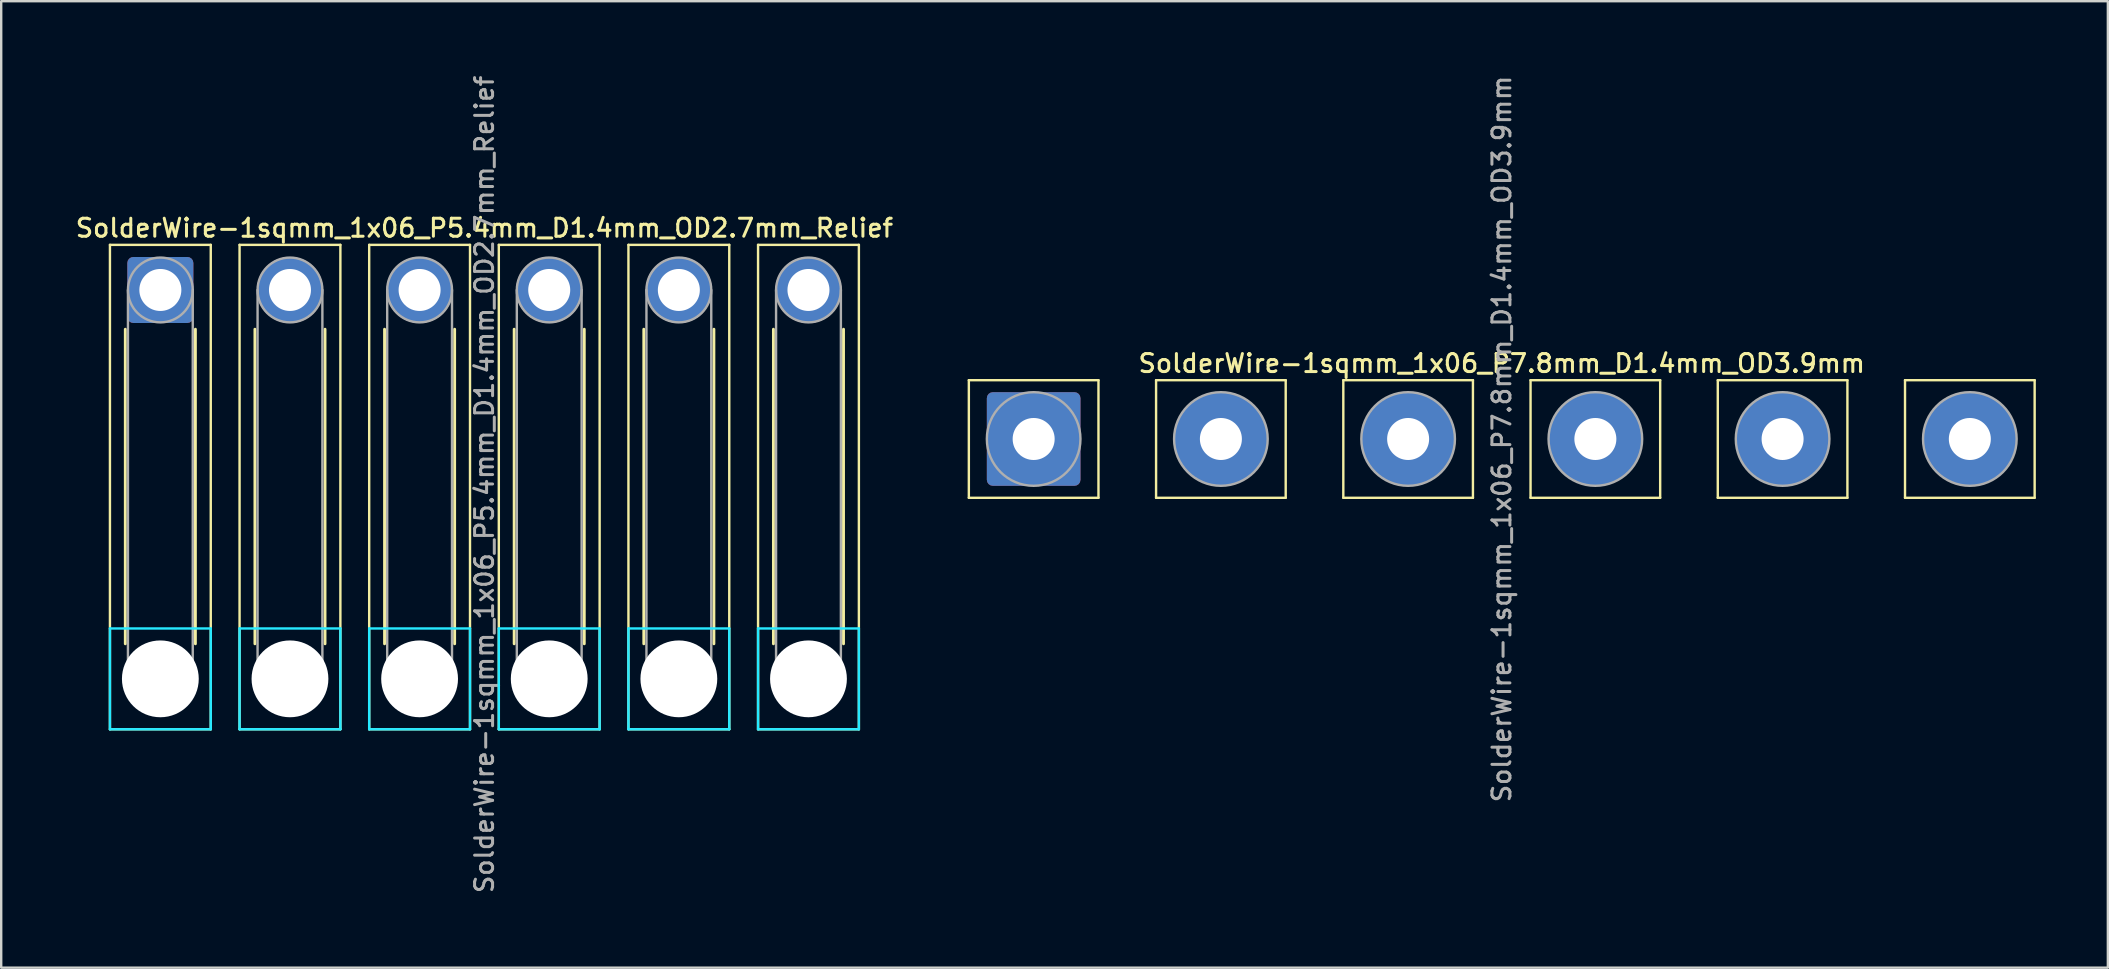
<source format=kicad_pcb>
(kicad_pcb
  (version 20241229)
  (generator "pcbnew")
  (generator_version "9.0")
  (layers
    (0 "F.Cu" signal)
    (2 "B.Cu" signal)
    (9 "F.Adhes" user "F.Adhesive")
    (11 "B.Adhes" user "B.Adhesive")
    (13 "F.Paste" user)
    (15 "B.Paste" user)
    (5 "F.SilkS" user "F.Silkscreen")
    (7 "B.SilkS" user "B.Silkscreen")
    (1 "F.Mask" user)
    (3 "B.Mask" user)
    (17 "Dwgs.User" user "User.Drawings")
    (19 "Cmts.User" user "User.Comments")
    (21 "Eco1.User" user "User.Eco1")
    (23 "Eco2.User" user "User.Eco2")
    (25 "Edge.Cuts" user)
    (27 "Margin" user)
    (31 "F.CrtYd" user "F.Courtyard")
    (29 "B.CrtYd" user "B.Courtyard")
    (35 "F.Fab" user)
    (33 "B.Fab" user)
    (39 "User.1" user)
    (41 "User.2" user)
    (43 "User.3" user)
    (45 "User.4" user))
  (footprint "SolderWire-1sqmm_1x06_P5.4mm_D1.4mm_OD2.7mm_Relief"
    (layer "F.Cu")
    (at 3.63 9.03)
    (property "Reference" "SolderWire-1sqmm_1x06_P5.4mm_D1.4mm_OD2.7mm_Relief" (at 13.5 -2.58 0) (layer "F.SilkS") (effects (font (size 0.75 0.75) (thickness 0.125))))
    (attr exclude_from_pos_files exclude_from_bom)
    (fp_line (start -2.1 -1.88) (end -2.1 18.3) (stroke (width 0.1) (type solid)) (layer "F.SilkS"))
    (fp_line (start -2.1 18.3) (end 2.1 18.3) (stroke (width 0.1) (type solid)) (layer "F.SilkS"))
    (fp_line (start -1.46 1.635) (end -1.46 14.74) (stroke (width 0.12) (type solid)) (layer "F.SilkS"))
    (fp_line (start 1.46 1.635) (end 1.46 14.74) (stroke (width 0.12) (type solid)) (layer "F.SilkS"))
    (fp_line (start 2.1 -1.88) (end -2.1 -1.88) (stroke (width 0.1) (type solid)) (layer "F.SilkS"))
    (fp_line (start 2.1 18.3) (end 2.1 -1.88) (stroke (width 0.1) (type solid)) (layer "F.SilkS"))
    (fp_line (start 3.3 -1.88) (end 3.3 18.3) (stroke (width 0.1) (type solid)) (layer "F.SilkS"))
    (fp_line (start 3.3 18.3) (end 7.5 18.3) (stroke (width 0.1) (type solid)) (layer "F.SilkS"))
    (fp_line (start 3.94 1.635) (end 3.94 14.74) (stroke (width 0.12) (type solid)) (layer "F.SilkS"))
    (fp_line (start 6.86 1.635) (end 6.86 14.74) (stroke (width 0.12) (type solid)) (layer "F.SilkS"))
    (fp_line (start 7.5 -1.88) (end 3.3 -1.88) (stroke (width 0.1) (type solid)) (layer "F.SilkS"))
    (fp_line (start 7.5 18.3) (end 7.5 -1.88) (stroke (width 0.1) (type solid)) (layer "F.SilkS"))
    (fp_line (start 8.7 -1.88) (end 8.7 18.3) (stroke (width 0.1) (type solid)) (layer "F.SilkS"))
    (fp_line (start 8.7 18.3) (end 12.9 18.3) (stroke (width 0.1) (type solid)) (layer "F.SilkS"))
    (fp_line (start 9.34 1.635) (end 9.34 14.74) (stroke (width 0.12) (type solid)) (layer "F.SilkS"))
    (fp_line (start 12.26 1.635) (end 12.26 14.74) (stroke (width 0.12) (type solid)) (layer "F.SilkS"))
    (fp_line (start 12.9 -1.88) (end 8.7 -1.88) (stroke (width 0.1) (type solid)) (layer "F.SilkS"))
    (fp_line (start 12.9 18.3) (end 12.9 -1.88) (stroke (width 0.1) (type solid)) (layer "F.SilkS"))
    (fp_line (start 14.1 -1.88) (end 14.1 18.3) (stroke (width 0.1) (type solid)) (layer "F.SilkS"))
    (fp_line (start 14.1 18.3) (end 18.3 18.3) (stroke (width 0.1) (type solid)) (layer "F.SilkS"))
    (fp_line (start 14.74 1.635) (end 14.74 14.74) (stroke (width 0.12) (type solid)) (layer "F.SilkS"))
    (fp_line (start 17.66 1.635) (end 17.66 14.74) (stroke (width 0.12) (type solid)) (layer "F.SilkS"))
    (fp_line (start 18.3 -1.88) (end 14.1 -1.88) (stroke (width 0.1) (type solid)) (layer "F.SilkS"))
    (fp_line (start 18.3 18.3) (end 18.3 -1.88) (stroke (width 0.1) (type solid)) (layer "F.SilkS"))
    (fp_line (start 19.5 -1.88) (end 19.5 18.3) (stroke (width 0.1) (type solid)) (layer "F.SilkS"))
    (fp_line (start 19.5 18.3) (end 23.7 18.3) (stroke (width 0.1) (type solid)) (layer "F.SilkS"))
    (fp_line (start 20.14 1.635) (end 20.14 14.74) (stroke (width 0.12) (type solid)) (layer "F.SilkS"))
    (fp_line (start 23.06 1.635) (end 23.06 14.74) (stroke (width 0.12) (type solid)) (layer "F.SilkS"))
    (fp_line (start 23.7 -1.88) (end 19.5 -1.88) (stroke (width 0.1) (type solid)) (layer "F.SilkS"))
    (fp_line (start 23.7 18.3) (end 23.7 -1.88) (stroke (width 0.1) (type solid)) (layer "F.SilkS"))
    (fp_line (start 24.9 -1.88) (end 24.9 18.3) (stroke (width 0.1) (type solid)) (layer "F.SilkS"))
    (fp_line (start 24.9 18.3) (end 29.1 18.3) (stroke (width 0.1) (type solid)) (layer "F.SilkS"))
    (fp_line (start 25.54 1.635) (end 25.54 14.74) (stroke (width 0.12) (type solid)) (layer "F.SilkS"))
    (fp_line (start 28.46 1.635) (end 28.46 14.74) (stroke (width 0.12) (type solid)) (layer "F.SilkS"))
    (fp_line (start 29.1 -1.88) (end 24.9 -1.88) (stroke (width 0.1) (type solid)) (layer "F.SilkS"))
    (fp_line (start 29.1 18.3) (end 29.1 -1.88) (stroke (width 0.1) (type solid)) (layer "F.SilkS"))
    (fp_line (start -2.1 14.1) (end -2.1 18.3) (stroke (width 0.1) (type solid)) (layer "B.CrtYd"))
    (fp_line (start -2.1 18.3) (end 2.1 18.3) (stroke (width 0.1) (type solid)) (layer "B.CrtYd"))
    (fp_line (start 2.1 14.1) (end -2.1 14.1) (stroke (width 0.1) (type solid)) (layer "B.CrtYd"))
    (fp_line (start 2.1 18.3) (end 2.1 14.1) (stroke (width 0.1) (type solid)) (layer "B.CrtYd"))
    (fp_line (start 3.3 14.1) (end 3.3 18.3) (stroke (width 0.1) (type solid)) (layer "B.CrtYd"))
    (fp_line (start 3.3 18.3) (end 7.5 18.3) (stroke (width 0.1) (type solid)) (layer "B.CrtYd"))
    (fp_line (start 7.5 14.1) (end 3.3 14.1) (stroke (width 0.1) (type solid)) (layer "B.CrtYd"))
    (fp_line (start 7.5 18.3) (end 7.5 14.1) (stroke (width 0.1) (type solid)) (layer "B.CrtYd"))
    (fp_line (start 8.7 14.1) (end 8.7 18.3) (stroke (width 0.1) (type solid)) (layer "B.CrtYd"))
    (fp_line (start 8.7 18.3) (end 12.9 18.3) (stroke (width 0.1) (type solid)) (layer "B.CrtYd"))
    (fp_line (start 12.9 14.1) (end 8.7 14.1) (stroke (width 0.1) (type solid)) (layer "B.CrtYd"))
    (fp_line (start 12.9 18.3) (end 12.9 14.1) (stroke (width 0.1) (type solid)) (layer "B.CrtYd"))
    (fp_line (start 14.1 14.1) (end 14.1 18.3) (stroke (width 0.1) (type solid)) (layer "B.CrtYd"))
    (fp_line (start 14.1 18.3) (end 18.3 18.3) (stroke (width 0.1) (type solid)) (layer "B.CrtYd"))
    (fp_line (start 18.3 14.1) (end 14.1 14.1) (stroke (width 0.1) (type solid)) (layer "B.CrtYd"))
    (fp_line (start 18.3 18.3) (end 18.3 14.1) (stroke (width 0.1) (type solid)) (layer "B.CrtYd"))
    (fp_line (start 19.5 14.1) (end 19.5 18.3) (stroke (width 0.1) (type solid)) (layer "B.CrtYd"))
    (fp_line (start 19.5 18.3) (end 23.7 18.3) (stroke (width 0.1) (type solid)) (layer "B.CrtYd"))
    (fp_line (start 23.7 14.1) (end 19.5 14.1) (stroke (width 0.1) (type solid)) (layer "B.CrtYd"))
    (fp_line (start 23.7 18.3) (end 23.7 14.1) (stroke (width 0.1) (type solid)) (layer "B.CrtYd"))
    (fp_line (start 24.9 14.1) (end 24.9 18.3) (stroke (width 0.1) (type solid)) (layer "B.CrtYd"))
    (fp_line (start 24.9 18.3) (end 29.1 18.3) (stroke (width 0.1) (type solid)) (layer "B.CrtYd"))
    (fp_line (start 29.1 14.1) (end 24.9 14.1) (stroke (width 0.1) (type solid)) (layer "B.CrtYd"))
    (fp_line (start 29.1 18.3) (end 29.1 14.1) (stroke (width 0.1) (type solid)) (layer "B.CrtYd"))
    (fp_line (start -1.35 0) (end -1.35 16.2) (stroke (width 0.1) (type solid)) (layer "F.Fab"))
    (fp_line (start 1.35 0) (end 1.35 16.2) (stroke (width 0.1) (type solid)) (layer "F.Fab"))
    (fp_line (start 4.05 0) (end 4.05 16.2) (stroke (width 0.1) (type solid)) (layer "F.Fab"))
    (fp_line (start 6.75 0) (end 6.75 16.2) (stroke (width 0.1) (type solid)) (layer "F.Fab"))
    (fp_line (start 9.45 0) (end 9.45 16.2) (stroke (width 0.1) (type solid)) (layer "F.Fab"))
    (fp_line (start 12.15 0) (end 12.15 16.2) (stroke (width 0.1) (type solid)) (layer "F.Fab"))
    (fp_line (start 14.85 0) (end 14.85 16.2) (stroke (width 0.1) (type solid)) (layer "F.Fab"))
    (fp_line (start 17.55 0) (end 17.55 16.2) (stroke (width 0.1) (type solid)) (layer "F.Fab"))
    (fp_line (start 20.25 0) (end 20.25 16.2) (stroke (width 0.1) (type solid)) (layer "F.Fab"))
    (fp_line (start 22.95 0) (end 22.95 16.2) (stroke (width 0.1) (type solid)) (layer "F.Fab"))
    (fp_line (start 25.65 0) (end 25.65 16.2) (stroke (width 0.1) (type solid)) (layer "F.Fab"))
    (fp_line (start 28.35 0) (end 28.35 16.2) (stroke (width 0.1) (type solid)) (layer "F.Fab"))
    (fp_circle (center 0 0) (end 1.35 0) (stroke (width 0.1) (type solid)) (fill no) (layer "F.Fab"))
    (fp_circle (center 0 16.2) (end 1.35 16.2) (stroke (width 0.1) (type solid)) (fill no) (layer "F.Fab"))
    (fp_circle (center 5.4 0) (end 6.75 0) (stroke (width 0.1) (type solid)) (fill no) (layer "F.Fab"))
    (fp_circle (center 5.4 16.2) (end 6.75 16.2) (stroke (width 0.1) (type solid)) (fill no) (layer "F.Fab"))
    (fp_circle (center 10.8 0) (end 12.15 0) (stroke (width 0.1) (type solid)) (fill no) (layer "F.Fab"))
    (fp_circle (center 10.8 16.2) (end 12.15 16.2) (stroke (width 0.1) (type solid)) (fill no) (layer "F.Fab"))
    (fp_circle (center 16.2 0) (end 17.55 0) (stroke (width 0.1) (type solid)) (fill no) (layer "F.Fab"))
    (fp_circle (center 16.2 16.2) (end 17.55 16.2) (stroke (width 0.1) (type solid)) (fill no) (layer "F.Fab"))
    (fp_circle (center 21.6 0) (end 22.95 0) (stroke (width 0.1) (type solid)) (fill no) (layer "F.Fab"))
    (fp_circle (center 21.6 16.2) (end 22.95 16.2) (stroke (width 0.1) (type solid)) (fill no) (layer "F.Fab"))
    (fp_circle (center 27 0) (end 28.35 0) (stroke (width 0.1) (type solid)) (fill no) (layer "F.Fab"))
    (fp_circle (center 27 16.2) (end 28.35 16.2) (stroke (width 0.1) (type solid)) (fill no) (layer "F.Fab"))
    (fp_text user "${REFERENCE}" (at 13.5 8.1 90) (layer "F.Fab") (effects (font (size 0.75 0.75) (thickness 0.125))))
    (pad "" np_thru_hole circle (at 0 16.2) (size 3.2 3.2) (drill 3.2) (layers "*.Cu" "*.Mask"))
    (pad "" np_thru_hole circle (at 5.4 16.2) (size 3.2 3.2) (drill 3.2) (layers "*.Cu" "*.Mask"))
    (pad "" np_thru_hole circle (at 10.8 16.2) (size 3.2 3.2) (drill 3.2) (layers "*.Cu" "*.Mask"))
    (pad "" np_thru_hole circle (at 16.2 16.2) (size 3.2 3.2) (drill 3.2) (layers "*.Cu" "*.Mask"))
    (pad "" np_thru_hole circle (at 21.6 16.2) (size 3.2 3.2) (drill 3.2) (layers "*.Cu" "*.Mask"))
    (pad "" np_thru_hole circle (at 27 16.2) (size 3.2 3.2) (drill 3.2) (layers "*.Cu" "*.Mask"))
    (pad "1" thru_hole roundrect (at 0 0) (size 2.75 2.75) (drill 1.75) (layers "*.Cu" "*.Mask") (roundrect_rratio 0.091))
    (pad "2" thru_hole circle (at 5.4 0) (size 2.75 2.75) (drill 1.75) (layers "*.Cu" "*.Mask"))
    (pad "3" thru_hole circle (at 10.8 0) (size 2.75 2.75) (drill 1.75) (layers "*.Cu" "*.Mask"))
    (pad "4" thru_hole circle (at 16.2 0) (size 2.75 2.75) (drill 1.75) (layers "*.Cu" "*.Mask"))
    (pad "5" thru_hole circle (at 21.6 0) (size 2.75 2.75) (drill 1.75) (layers "*.Cu" "*.Mask"))
    (pad "6" thru_hole circle (at 27 0) (size 2.75 2.75) (drill 1.75) (layers "*.Cu" "*.Mask")))
  (footprint "SolderWire-1sqmm_1x06_P7.8mm_D1.4mm_OD3.9mm"
    (layer "F.Cu")
    (at 40.011 15.238)
    (property "Reference" "SolderWire-1sqmm_1x06_P7.8mm_D1.4mm_OD3.9mm" (at 19.5 -3.15 0) (layer "F.SilkS") (effects (font (size 0.75 0.75) (thickness 0.125))))
    (attr exclude_from_pos_files exclude_from_bom)
    (fp_line (start -2.7 -2.45) (end -2.7 2.45) (stroke (width 0.1) (type solid)) (layer "F.SilkS"))
    (fp_line (start -2.7 2.45) (end 2.7 2.45) (stroke (width 0.1) (type solid)) (layer "F.SilkS"))
    (fp_line (start 2.7 -2.45) (end -2.7 -2.45) (stroke (width 0.1) (type solid)) (layer "F.SilkS"))
    (fp_line (start 2.7 2.45) (end 2.7 -2.45) (stroke (width 0.1) (type solid)) (layer "F.SilkS"))
    (fp_line (start 5.1 -2.45) (end 5.1 2.45) (stroke (width 0.1) (type solid)) (layer "F.SilkS"))
    (fp_line (start 5.1 2.45) (end 10.5 2.45) (stroke (width 0.1) (type solid)) (layer "F.SilkS"))
    (fp_line (start 10.5 -2.45) (end 5.1 -2.45) (stroke (width 0.1) (type solid)) (layer "F.SilkS"))
    (fp_line (start 10.5 2.45) (end 10.5 -2.45) (stroke (width 0.1) (type solid)) (layer "F.SilkS"))
    (fp_line (start 12.9 -2.45) (end 12.9 2.45) (stroke (width 0.1) (type solid)) (layer "F.SilkS"))
    (fp_line (start 12.9 2.45) (end 18.3 2.45) (stroke (width 0.1) (type solid)) (layer "F.SilkS"))
    (fp_line (start 18.3 -2.45) (end 12.9 -2.45) (stroke (width 0.1) (type solid)) (layer "F.SilkS"))
    (fp_line (start 18.3 2.45) (end 18.3 -2.45) (stroke (width 0.1) (type solid)) (layer "F.SilkS"))
    (fp_line (start 20.7 -2.45) (end 20.7 2.45) (stroke (width 0.1) (type solid)) (layer "F.SilkS"))
    (fp_line (start 20.7 2.45) (end 26.1 2.45) (stroke (width 0.1) (type solid)) (layer "F.SilkS"))
    (fp_line (start 26.1 -2.45) (end 20.7 -2.45) (stroke (width 0.1) (type solid)) (layer "F.SilkS"))
    (fp_line (start 26.1 2.45) (end 26.1 -2.45) (stroke (width 0.1) (type solid)) (layer "F.SilkS"))
    (fp_line (start 28.5 -2.45) (end 28.5 2.45) (stroke (width 0.1) (type solid)) (layer "F.SilkS"))
    (fp_line (start 28.5 2.45) (end 33.9 2.45) (stroke (width 0.1) (type solid)) (layer "F.SilkS"))
    (fp_line (start 33.9 -2.45) (end 28.5 -2.45) (stroke (width 0.1) (type solid)) (layer "F.SilkS"))
    (fp_line (start 33.9 2.45) (end 33.9 -2.45) (stroke (width 0.1) (type solid)) (layer "F.SilkS"))
    (fp_line (start 36.3 -2.45) (end 36.3 2.45) (stroke (width 0.1) (type solid)) (layer "F.SilkS"))
    (fp_line (start 36.3 2.45) (end 41.7 2.45) (stroke (width 0.1) (type solid)) (layer "F.SilkS"))
    (fp_line (start 41.7 -2.45) (end 36.3 -2.45) (stroke (width 0.1) (type solid)) (layer "F.SilkS"))
    (fp_line (start 41.7 2.45) (end 41.7 -2.45) (stroke (width 0.1) (type solid)) (layer "F.SilkS"))
    (fp_circle (center 0 0) (end 1.95 0) (stroke (width 0.1) (type solid)) (fill no) (layer "F.Fab"))
    (fp_circle (center 7.8 0) (end 9.75 0) (stroke (width 0.1) (type solid)) (fill no) (layer "F.Fab"))
    (fp_circle (center 15.6 0) (end 17.55 0) (stroke (width 0.1) (type solid)) (fill no) (layer "F.Fab"))
    (fp_circle (center 23.4 0) (end 25.35 0) (stroke (width 0.1) (type solid)) (fill no) (layer "F.Fab"))
    (fp_circle (center 31.2 0) (end 33.15 0) (stroke (width 0.1) (type solid)) (fill no) (layer "F.Fab"))
    (fp_circle (center 39 0) (end 40.95 0) (stroke (width 0.1) (type solid)) (fill no) (layer "F.Fab"))
    (fp_text user "${REFERENCE}" (at 19.5 0 90) (layer "F.Fab") (effects (font (size 0.75 0.75) (thickness 0.125))))
    (pad "1" thru_hole roundrect (at 0 0) (size 3.9 3.9) (drill 1.75) (layers "*.Cu" "*.Mask") (roundrect_rratio 0.064))
    (pad "2" thru_hole circle (at 7.8 0) (size 3.9 3.9) (drill 1.75) (layers "*.Cu" "*.Mask"))
    (pad "3" thru_hole circle (at 15.6 0) (size 3.9 3.9) (drill 1.75) (layers "*.Cu" "*.Mask"))
    (pad "4" thru_hole circle (at 23.4 0) (size 3.9 3.9) (drill 1.75) (layers "*.Cu" "*.Mask"))
    (pad "5" thru_hole circle (at 31.2 0) (size 3.9 3.9) (drill 1.75) (layers "*.Cu" "*.Mask"))
    (pad "6" thru_hole circle (at 39 0) (size 3.9 3.9) (drill 1.75) (layers "*.Cu" "*.Mask")))
  (gr_rect
    (start -3 -3)
    (end 84.761 37.261)
    (stroke (width 0.1) (type default))
    (fill no)
    (layer "Edge.Cuts")))
</source>
